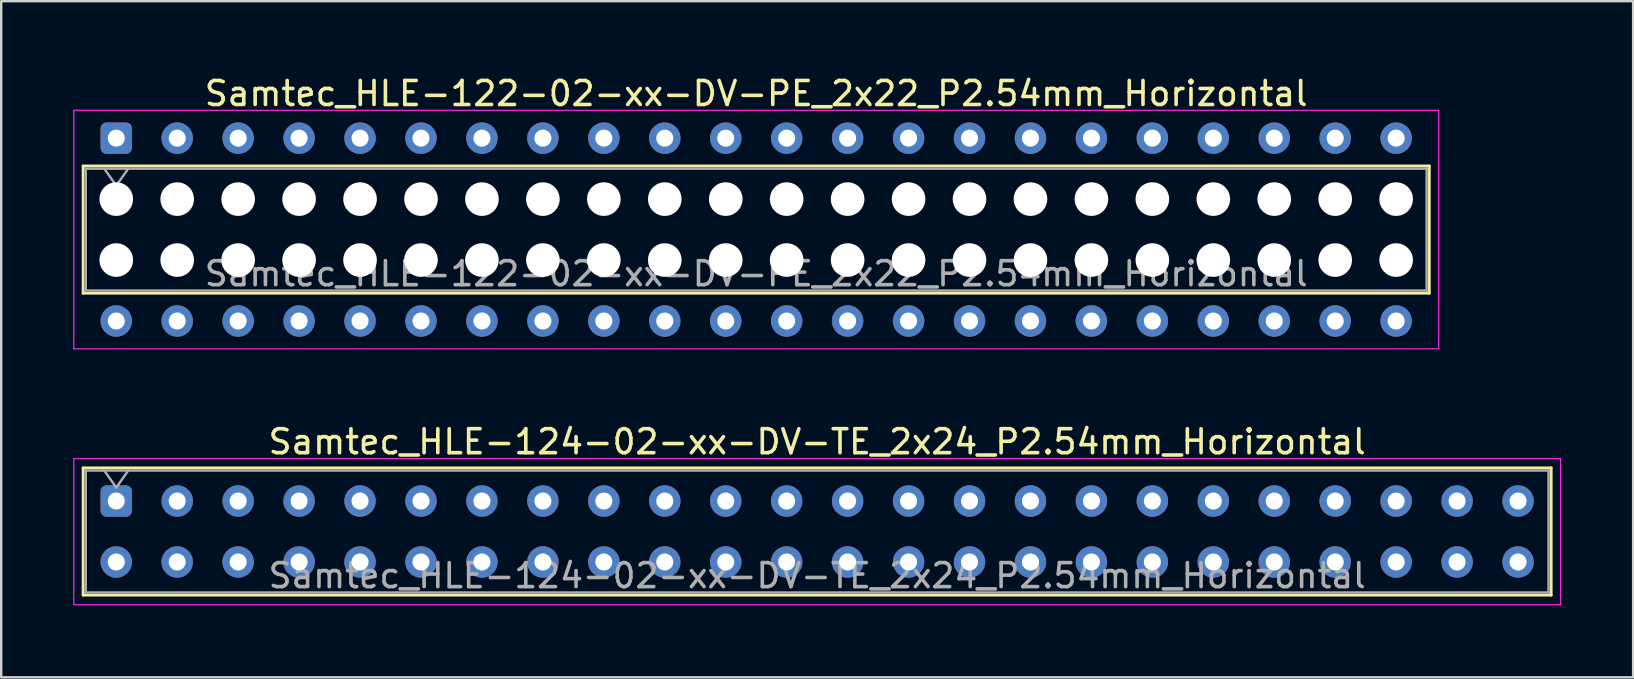
<source format=kicad_pcb>
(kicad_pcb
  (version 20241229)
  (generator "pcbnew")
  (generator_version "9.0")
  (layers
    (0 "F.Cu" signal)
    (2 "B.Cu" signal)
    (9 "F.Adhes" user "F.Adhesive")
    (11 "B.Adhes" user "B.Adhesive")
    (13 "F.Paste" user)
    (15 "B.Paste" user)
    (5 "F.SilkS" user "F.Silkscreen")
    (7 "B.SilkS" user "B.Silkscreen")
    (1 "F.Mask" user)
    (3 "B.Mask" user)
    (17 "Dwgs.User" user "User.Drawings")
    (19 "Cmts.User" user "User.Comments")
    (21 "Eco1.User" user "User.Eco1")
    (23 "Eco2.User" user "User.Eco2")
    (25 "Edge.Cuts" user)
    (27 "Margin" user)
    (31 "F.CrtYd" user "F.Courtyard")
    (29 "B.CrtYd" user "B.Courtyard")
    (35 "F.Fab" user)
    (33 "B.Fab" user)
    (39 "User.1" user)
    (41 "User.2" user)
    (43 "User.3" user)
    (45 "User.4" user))
  (footprint "Samtec_HLE-122-02-xx-DV-PE_2x22_P2.54mm_Horizontal"
    (layer "F.Cu")
    (at 1.795 2.708)
    (property "Reference" "Samtec_HLE-122-02-xx-DV-PE_2x22_P2.54mm_Horizontal" (at 26.67 -1.86 0) (layer "F.SilkS") (effects (font (size 1 1) (thickness 0.15))))
    (attr through_hole)
    (fp_line (start -1.38 1.16) (end 54.72 1.16) (stroke (width 0.12) (type solid)) (layer "F.SilkS"))
    (fp_line (start -1.38 6.46) (end -1.38 1.16) (stroke (width 0.12) (type solid)) (layer "F.SilkS"))
    (fp_line (start 54.72 1.16) (end 54.72 6.46) (stroke (width 0.12) (type solid)) (layer "F.SilkS"))
    (fp_line (start 54.72 6.46) (end -1.38 6.46) (stroke (width 0.12) (type solid)) (layer "F.SilkS"))
    (fp_line (start -1.77 -1.16) (end 55.11 -1.16) (stroke (width 0.05) (type solid)) (layer "F.CrtYd"))
    (fp_line (start -1.77 8.78) (end -1.77 -1.16) (stroke (width 0.05) (type solid)) (layer "F.CrtYd"))
    (fp_line (start 55.11 -1.16) (end 55.11 8.78) (stroke (width 0.05) (type solid)) (layer "F.CrtYd"))
    (fp_line (start 55.11 8.78) (end -1.77 8.78) (stroke (width 0.05) (type solid)) (layer "F.CrtYd"))
    (fp_line (start -1.27 1.27) (end 54.61 1.27) (stroke (width 0.1) (type solid)) (layer "F.Fab"))
    (fp_line (start -1.27 6.35) (end -1.27 1.27) (stroke (width 0.1) (type solid)) (layer "F.Fab"))
    (fp_line (start -0.5 1.27) (end 0 1.977) (stroke (width 0.1) (type solid)) (layer "F.Fab"))
    (fp_line (start 0 1.977) (end 0.5 1.27) (stroke (width 0.1) (type solid)) (layer "F.Fab"))
    (fp_line (start 54.61 1.27) (end 54.61 6.35) (stroke (width 0.1) (type solid)) (layer "F.Fab"))
    (fp_line (start 54.61 6.35) (end -1.27 6.35) (stroke (width 0.1) (type solid)) (layer "F.Fab"))
    (fp_text user "${REFERENCE}" (at 26.67 5.65 0) (layer "F.Fab") (effects (font (size 1 1) (thickness 0.15))))
    (pad "" np_thru_hole circle (at 0 2.54) (size 1.4 1.4) (drill 1.4) (layers "*.Cu" "*.Mask"))
    (pad "" np_thru_hole circle (at 0 5.08) (size 1.4 1.4) (drill 1.4) (layers "*.Cu" "*.Mask"))
    (pad "" np_thru_hole circle (at 2.54 2.54) (size 1.4 1.4) (drill 1.4) (layers "*.Cu" "*.Mask"))
    (pad "" np_thru_hole circle (at 2.54 5.08) (size 1.4 1.4) (drill 1.4) (layers "*.Cu" "*.Mask"))
    (pad "" np_thru_hole circle (at 5.08 2.54) (size 1.4 1.4) (drill 1.4) (layers "*.Cu" "*.Mask"))
    (pad "" np_thru_hole circle (at 5.08 5.08) (size 1.4 1.4) (drill 1.4) (layers "*.Cu" "*.Mask"))
    (pad "" np_thru_hole circle (at 7.62 2.54) (size 1.4 1.4) (drill 1.4) (layers "*.Cu" "*.Mask"))
    (pad "" np_thru_hole circle (at 7.62 5.08) (size 1.4 1.4) (drill 1.4) (layers "*.Cu" "*.Mask"))
    (pad "" np_thru_hole circle (at 10.16 2.54) (size 1.4 1.4) (drill 1.4) (layers "*.Cu" "*.Mask"))
    (pad "" np_thru_hole circle (at 10.16 5.08) (size 1.4 1.4) (drill 1.4) (layers "*.Cu" "*.Mask"))
    (pad "" np_thru_hole circle (at 12.7 2.54) (size 1.4 1.4) (drill 1.4) (layers "*.Cu" "*.Mask"))
    (pad "" np_thru_hole circle (at 12.7 5.08) (size 1.4 1.4) (drill 1.4) (layers "*.Cu" "*.Mask"))
    (pad "" np_thru_hole circle (at 15.24 2.54) (size 1.4 1.4) (drill 1.4) (layers "*.Cu" "*.Mask"))
    (pad "" np_thru_hole circle (at 15.24 5.08) (size 1.4 1.4) (drill 1.4) (layers "*.Cu" "*.Mask"))
    (pad "" np_thru_hole circle (at 17.78 2.54) (size 1.4 1.4) (drill 1.4) (layers "*.Cu" "*.Mask"))
    (pad "" np_thru_hole circle (at 17.78 5.08) (size 1.4 1.4) (drill 1.4) (layers "*.Cu" "*.Mask"))
    (pad "" np_thru_hole circle (at 20.32 2.54) (size 1.4 1.4) (drill 1.4) (layers "*.Cu" "*.Mask"))
    (pad "" np_thru_hole circle (at 20.32 5.08) (size 1.4 1.4) (drill 1.4) (layers "*.Cu" "*.Mask"))
    (pad "" np_thru_hole circle (at 22.86 2.54) (size 1.4 1.4) (drill 1.4) (layers "*.Cu" "*.Mask"))
    (pad "" np_thru_hole circle (at 22.86 5.08) (size 1.4 1.4) (drill 1.4) (layers "*.Cu" "*.Mask"))
    (pad "" np_thru_hole circle (at 25.4 2.54) (size 1.4 1.4) (drill 1.4) (layers "*.Cu" "*.Mask"))
    (pad "" np_thru_hole circle (at 25.4 5.08) (size 1.4 1.4) (drill 1.4) (layers "*.Cu" "*.Mask"))
    (pad "" np_thru_hole circle (at 27.94 2.54) (size 1.4 1.4) (drill 1.4) (layers "*.Cu" "*.Mask"))
    (pad "" np_thru_hole circle (at 27.94 5.08) (size 1.4 1.4) (drill 1.4) (layers "*.Cu" "*.Mask"))
    (pad "" np_thru_hole circle (at 30.48 2.54) (size 1.4 1.4) (drill 1.4) (layers "*.Cu" "*.Mask"))
    (pad "" np_thru_hole circle (at 30.48 5.08) (size 1.4 1.4) (drill 1.4) (layers "*.Cu" "*.Mask"))
    (pad "" np_thru_hole circle (at 33.02 2.54) (size 1.4 1.4) (drill 1.4) (layers "*.Cu" "*.Mask"))
    (pad "" np_thru_hole circle (at 33.02 5.08) (size 1.4 1.4) (drill 1.4) (layers "*.Cu" "*.Mask"))
    (pad "" np_thru_hole circle (at 35.56 2.54) (size 1.4 1.4) (drill 1.4) (layers "*.Cu" "*.Mask"))
    (pad "" np_thru_hole circle (at 35.56 5.08) (size 1.4 1.4) (drill 1.4) (layers "*.Cu" "*.Mask"))
    (pad "" np_thru_hole circle (at 38.1 2.54) (size 1.4 1.4) (drill 1.4) (layers "*.Cu" "*.Mask"))
    (pad "" np_thru_hole circle (at 38.1 5.08) (size 1.4 1.4) (drill 1.4) (layers "*.Cu" "*.Mask"))
    (pad "" np_thru_hole circle (at 40.64 2.54) (size 1.4 1.4) (drill 1.4) (layers "*.Cu" "*.Mask"))
    (pad "" np_thru_hole circle (at 40.64 5.08) (size 1.4 1.4) (drill 1.4) (layers "*.Cu" "*.Mask"))
    (pad "" np_thru_hole circle (at 43.18 2.54) (size 1.4 1.4) (drill 1.4) (layers "*.Cu" "*.Mask"))
    (pad "" np_thru_hole circle (at 43.18 5.08) (size 1.4 1.4) (drill 1.4) (layers "*.Cu" "*.Mask"))
    (pad "" np_thru_hole circle (at 45.72 2.54) (size 1.4 1.4) (drill 1.4) (layers "*.Cu" "*.Mask"))
    (pad "" np_thru_hole circle (at 45.72 5.08) (size 1.4 1.4) (drill 1.4) (layers "*.Cu" "*.Mask"))
    (pad "" np_thru_hole circle (at 48.26 2.54) (size 1.4 1.4) (drill 1.4) (layers "*.Cu" "*.Mask"))
    (pad "" np_thru_hole circle (at 48.26 5.08) (size 1.4 1.4) (drill 1.4) (layers "*.Cu" "*.Mask"))
    (pad "" np_thru_hole circle (at 50.8 2.54) (size 1.4 1.4) (drill 1.4) (layers "*.Cu" "*.Mask"))
    (pad "" np_thru_hole circle (at 50.8 5.08) (size 1.4 1.4) (drill 1.4) (layers "*.Cu" "*.Mask"))
    (pad "" np_thru_hole circle (at 53.34 2.54) (size 1.4 1.4) (drill 1.4) (layers "*.Cu" "*.Mask"))
    (pad "" np_thru_hole circle (at 53.34 5.08) (size 1.4 1.4) (drill 1.4) (layers "*.Cu" "*.Mask"))
    (pad "1" thru_hole roundrect (at 0 0) (size 1.31 1.31) (drill 0.71) (layers "*.Cu" "*.Mask") (roundrect_rratio 0.191))
    (pad "2" thru_hole circle (at 0 7.62) (size 1.31 1.31) (drill 0.71) (layers "*.Cu" "*.Mask"))
    (pad "3" thru_hole circle (at 2.54 0) (size 1.31 1.31) (drill 0.71) (layers "*.Cu" "*.Mask"))
    (pad "4" thru_hole circle (at 2.54 7.62) (size 1.31 1.31) (drill 0.71) (layers "*.Cu" "*.Mask"))
    (pad "5" thru_hole circle (at 5.08 0) (size 1.31 1.31) (drill 0.71) (layers "*.Cu" "*.Mask"))
    (pad "6" thru_hole circle (at 5.08 7.62) (size 1.31 1.31) (drill 0.71) (layers "*.Cu" "*.Mask"))
    (pad "7" thru_hole circle (at 7.62 0) (size 1.31 1.31) (drill 0.71) (layers "*.Cu" "*.Mask"))
    (pad "8" thru_hole circle (at 7.62 7.62) (size 1.31 1.31) (drill 0.71) (layers "*.Cu" "*.Mask"))
    (pad "9" thru_hole circle (at 10.16 0) (size 1.31 1.31) (drill 0.71) (layers "*.Cu" "*.Mask"))
    (pad "10" thru_hole circle (at 10.16 7.62) (size 1.31 1.31) (drill 0.71) (layers "*.Cu" "*.Mask"))
    (pad "11" thru_hole circle (at 12.7 0) (size 1.31 1.31) (drill 0.71) (layers "*.Cu" "*.Mask"))
    (pad "12" thru_hole circle (at 12.7 7.62) (size 1.31 1.31) (drill 0.71) (layers "*.Cu" "*.Mask"))
    (pad "13" thru_hole circle (at 15.24 0) (size 1.31 1.31) (drill 0.71) (layers "*.Cu" "*.Mask"))
    (pad "14" thru_hole circle (at 15.24 7.62) (size 1.31 1.31) (drill 0.71) (layers "*.Cu" "*.Mask"))
    (pad "15" thru_hole circle (at 17.78 0) (size 1.31 1.31) (drill 0.71) (layers "*.Cu" "*.Mask"))
    (pad "16" thru_hole circle (at 17.78 7.62) (size 1.31 1.31) (drill 0.71) (layers "*.Cu" "*.Mask"))
    (pad "17" thru_hole circle (at 20.32 0) (size 1.31 1.31) (drill 0.71) (layers "*.Cu" "*.Mask"))
    (pad "18" thru_hole circle (at 20.32 7.62) (size 1.31 1.31) (drill 0.71) (layers "*.Cu" "*.Mask"))
    (pad "19" thru_hole circle (at 22.86 0) (size 1.31 1.31) (drill 0.71) (layers "*.Cu" "*.Mask"))
    (pad "20" thru_hole circle (at 22.86 7.62) (size 1.31 1.31) (drill 0.71) (layers "*.Cu" "*.Mask"))
    (pad "21" thru_hole circle (at 25.4 0) (size 1.31 1.31) (drill 0.71) (layers "*.Cu" "*.Mask"))
    (pad "22" thru_hole circle (at 25.4 7.62) (size 1.31 1.31) (drill 0.71) (layers "*.Cu" "*.Mask"))
    (pad "23" thru_hole circle (at 27.94 0) (size 1.31 1.31) (drill 0.71) (layers "*.Cu" "*.Mask"))
    (pad "24" thru_hole circle (at 27.94 7.62) (size 1.31 1.31) (drill 0.71) (layers "*.Cu" "*.Mask"))
    (pad "25" thru_hole circle (at 30.48 0) (size 1.31 1.31) (drill 0.71) (layers "*.Cu" "*.Mask"))
    (pad "26" thru_hole circle (at 30.48 7.62) (size 1.31 1.31) (drill 0.71) (layers "*.Cu" "*.Mask"))
    (pad "27" thru_hole circle (at 33.02 0) (size 1.31 1.31) (drill 0.71) (layers "*.Cu" "*.Mask"))
    (pad "28" thru_hole circle (at 33.02 7.62) (size 1.31 1.31) (drill 0.71) (layers "*.Cu" "*.Mask"))
    (pad "29" thru_hole circle (at 35.56 0) (size 1.31 1.31) (drill 0.71) (layers "*.Cu" "*.Mask"))
    (pad "30" thru_hole circle (at 35.56 7.62) (size 1.31 1.31) (drill 0.71) (layers "*.Cu" "*.Mask"))
    (pad "31" thru_hole circle (at 38.1 0) (size 1.31 1.31) (drill 0.71) (layers "*.Cu" "*.Mask"))
    (pad "32" thru_hole circle (at 38.1 7.62) (size 1.31 1.31) (drill 0.71) (layers "*.Cu" "*.Mask"))
    (pad "33" thru_hole circle (at 40.64 0) (size 1.31 1.31) (drill 0.71) (layers "*.Cu" "*.Mask"))
    (pad "34" thru_hole circle (at 40.64 7.62) (size 1.31 1.31) (drill 0.71) (layers "*.Cu" "*.Mask"))
    (pad "35" thru_hole circle (at 43.18 0) (size 1.31 1.31) (drill 0.71) (layers "*.Cu" "*.Mask"))
    (pad "36" thru_hole circle (at 43.18 7.62) (size 1.31 1.31) (drill 0.71) (layers "*.Cu" "*.Mask"))
    (pad "37" thru_hole circle (at 45.72 0) (size 1.31 1.31) (drill 0.71) (layers "*.Cu" "*.Mask"))
    (pad "38" thru_hole circle (at 45.72 7.62) (size 1.31 1.31) (drill 0.71) (layers "*.Cu" "*.Mask"))
    (pad "39" thru_hole circle (at 48.26 0) (size 1.31 1.31) (drill 0.71) (layers "*.Cu" "*.Mask"))
    (pad "40" thru_hole circle (at 48.26 7.62) (size 1.31 1.31) (drill 0.71) (layers "*.Cu" "*.Mask"))
    (pad "41" thru_hole circle (at 50.8 0) (size 1.31 1.31) (drill 0.71) (layers "*.Cu" "*.Mask"))
    (pad "42" thru_hole circle (at 50.8 7.62) (size 1.31 1.31) (drill 0.71) (layers "*.Cu" "*.Mask"))
    (pad "43" thru_hole circle (at 53.34 0) (size 1.31 1.31) (drill 0.71) (layers "*.Cu" "*.Mask"))
    (pad "44" thru_hole circle (at 53.34 7.62) (size 1.31 1.31) (drill 0.71) (layers "*.Cu" "*.Mask")))
  (footprint "Samtec_HLE-124-02-xx-DV-TE_2x24_P2.54mm_Horizontal"
    (layer "F.Cu")
    (at 1.795 17.831)
    (property "Reference" "Samtec_HLE-124-02-xx-DV-TE_2x24_P2.54mm_Horizontal" (at 29.21 -2.47 0) (layer "F.SilkS") (effects (font (size 1 1) (thickness 0.15))))
    (attr through_hole)
    (fp_line (start -1.38 -1.38) (end 59.8 -1.38) (stroke (width 0.12) (type solid)) (layer "F.SilkS"))
    (fp_line (start -1.38 3.92) (end -1.38 -1.38) (stroke (width 0.12) (type solid)) (layer "F.SilkS"))
    (fp_line (start 59.8 -1.38) (end 59.8 3.92) (stroke (width 0.12) (type solid)) (layer "F.SilkS"))
    (fp_line (start 59.8 3.92) (end -1.38 3.92) (stroke (width 0.12) (type solid)) (layer "F.SilkS"))
    (fp_line (start -1.77 -1.77) (end 60.19 -1.77) (stroke (width 0.05) (type solid)) (layer "F.CrtYd"))
    (fp_line (start -1.77 4.32) (end -1.77 -1.77) (stroke (width 0.05) (type solid)) (layer "F.CrtYd"))
    (fp_line (start 60.19 -1.77) (end 60.19 4.32) (stroke (width 0.05) (type solid)) (layer "F.CrtYd"))
    (fp_line (start 60.19 4.32) (end -1.77 4.32) (stroke (width 0.05) (type solid)) (layer "F.CrtYd"))
    (fp_line (start -1.27 -1.27) (end 59.69 -1.27) (stroke (width 0.1) (type solid)) (layer "F.Fab"))
    (fp_line (start -1.27 3.81) (end -1.27 -1.27) (stroke (width 0.1) (type solid)) (layer "F.Fab"))
    (fp_line (start -0.5 -1.27) (end 0 -0.563) (stroke (width 0.1) (type solid)) (layer "F.Fab"))
    (fp_line (start 0 -0.563) (end 0.5 -1.27) (stroke (width 0.1) (type solid)) (layer "F.Fab"))
    (fp_line (start 59.69 -1.27) (end 59.69 3.81) (stroke (width 0.1) (type solid)) (layer "F.Fab"))
    (fp_line (start 59.69 3.81) (end -1.27 3.81) (stroke (width 0.1) (type solid)) (layer "F.Fab"))
    (fp_text user "${REFERENCE}" (at 29.21 3.11 0) (layer "F.Fab") (effects (font (size 1 1) (thickness 0.15))))
    (pad "1" thru_hole roundrect (at 0 0) (size 1.31 1.31) (drill 0.71) (layers "*.Cu" "*.Mask") (roundrect_rratio 0.191))
    (pad "2" thru_hole circle (at 0 2.54) (size 1.31 1.31) (drill 0.71) (layers "*.Cu" "*.Mask"))
    (pad "3" thru_hole circle (at 2.54 0) (size 1.31 1.31) (drill 0.71) (layers "*.Cu" "*.Mask"))
    (pad "4" thru_hole circle (at 2.54 2.54) (size 1.31 1.31) (drill 0.71) (layers "*.Cu" "*.Mask"))
    (pad "5" thru_hole circle (at 5.08 0) (size 1.31 1.31) (drill 0.71) (layers "*.Cu" "*.Mask"))
    (pad "6" thru_hole circle (at 5.08 2.54) (size 1.31 1.31) (drill 0.71) (layers "*.Cu" "*.Mask"))
    (pad "7" thru_hole circle (at 7.62 0) (size 1.31 1.31) (drill 0.71) (layers "*.Cu" "*.Mask"))
    (pad "8" thru_hole circle (at 7.62 2.54) (size 1.31 1.31) (drill 0.71) (layers "*.Cu" "*.Mask"))
    (pad "9" thru_hole circle (at 10.16 0) (size 1.31 1.31) (drill 0.71) (layers "*.Cu" "*.Mask"))
    (pad "10" thru_hole circle (at 10.16 2.54) (size 1.31 1.31) (drill 0.71) (layers "*.Cu" "*.Mask"))
    (pad "11" thru_hole circle (at 12.7 0) (size 1.31 1.31) (drill 0.71) (layers "*.Cu" "*.Mask"))
    (pad "12" thru_hole circle (at 12.7 2.54) (size 1.31 1.31) (drill 0.71) (layers "*.Cu" "*.Mask"))
    (pad "13" thru_hole circle (at 15.24 0) (size 1.31 1.31) (drill 0.71) (layers "*.Cu" "*.Mask"))
    (pad "14" thru_hole circle (at 15.24 2.54) (size 1.31 1.31) (drill 0.71) (layers "*.Cu" "*.Mask"))
    (pad "15" thru_hole circle (at 17.78 0) (size 1.31 1.31) (drill 0.71) (layers "*.Cu" "*.Mask"))
    (pad "16" thru_hole circle (at 17.78 2.54) (size 1.31 1.31) (drill 0.71) (layers "*.Cu" "*.Mask"))
    (pad "17" thru_hole circle (at 20.32 0) (size 1.31 1.31) (drill 0.71) (layers "*.Cu" "*.Mask"))
    (pad "18" thru_hole circle (at 20.32 2.54) (size 1.31 1.31) (drill 0.71) (layers "*.Cu" "*.Mask"))
    (pad "19" thru_hole circle (at 22.86 0) (size 1.31 1.31) (drill 0.71) (layers "*.Cu" "*.Mask"))
    (pad "20" thru_hole circle (at 22.86 2.54) (size 1.31 1.31) (drill 0.71) (layers "*.Cu" "*.Mask"))
    (pad "21" thru_hole circle (at 25.4 0) (size 1.31 1.31) (drill 0.71) (layers "*.Cu" "*.Mask"))
    (pad "22" thru_hole circle (at 25.4 2.54) (size 1.31 1.31) (drill 0.71) (layers "*.Cu" "*.Mask"))
    (pad "23" thru_hole circle (at 27.94 0) (size 1.31 1.31) (drill 0.71) (layers "*.Cu" "*.Mask"))
    (pad "24" thru_hole circle (at 27.94 2.54) (size 1.31 1.31) (drill 0.71) (layers "*.Cu" "*.Mask"))
    (pad "25" thru_hole circle (at 30.48 0) (size 1.31 1.31) (drill 0.71) (layers "*.Cu" "*.Mask"))
    (pad "26" thru_hole circle (at 30.48 2.54) (size 1.31 1.31) (drill 0.71) (layers "*.Cu" "*.Mask"))
    (pad "27" thru_hole circle (at 33.02 0) (size 1.31 1.31) (drill 0.71) (layers "*.Cu" "*.Mask"))
    (pad "28" thru_hole circle (at 33.02 2.54) (size 1.31 1.31) (drill 0.71) (layers "*.Cu" "*.Mask"))
    (pad "29" thru_hole circle (at 35.56 0) (size 1.31 1.31) (drill 0.71) (layers "*.Cu" "*.Mask"))
    (pad "30" thru_hole circle (at 35.56 2.54) (size 1.31 1.31) (drill 0.71) (layers "*.Cu" "*.Mask"))
    (pad "31" thru_hole circle (at 38.1 0) (size 1.31 1.31) (drill 0.71) (layers "*.Cu" "*.Mask"))
    (pad "32" thru_hole circle (at 38.1 2.54) (size 1.31 1.31) (drill 0.71) (layers "*.Cu" "*.Mask"))
    (pad "33" thru_hole circle (at 40.64 0) (size 1.31 1.31) (drill 0.71) (layers "*.Cu" "*.Mask"))
    (pad "34" thru_hole circle (at 40.64 2.54) (size 1.31 1.31) (drill 0.71) (layers "*.Cu" "*.Mask"))
    (pad "35" thru_hole circle (at 43.18 0) (size 1.31 1.31) (drill 0.71) (layers "*.Cu" "*.Mask"))
    (pad "36" thru_hole circle (at 43.18 2.54) (size 1.31 1.31) (drill 0.71) (layers "*.Cu" "*.Mask"))
    (pad "37" thru_hole circle (at 45.72 0) (size 1.31 1.31) (drill 0.71) (layers "*.Cu" "*.Mask"))
    (pad "38" thru_hole circle (at 45.72 2.54) (size 1.31 1.31) (drill 0.71) (layers "*.Cu" "*.Mask"))
    (pad "39" thru_hole circle (at 48.26 0) (size 1.31 1.31) (drill 0.71) (layers "*.Cu" "*.Mask"))
    (pad "40" thru_hole circle (at 48.26 2.54) (size 1.31 1.31) (drill 0.71) (layers "*.Cu" "*.Mask"))
    (pad "41" thru_hole circle (at 50.8 0) (size 1.31 1.31) (drill 0.71) (layers "*.Cu" "*.Mask"))
    (pad "42" thru_hole circle (at 50.8 2.54) (size 1.31 1.31) (drill 0.71) (layers "*.Cu" "*.Mask"))
    (pad "43" thru_hole circle (at 53.34 0) (size 1.31 1.31) (drill 0.71) (layers "*.Cu" "*.Mask"))
    (pad "44" thru_hole circle (at 53.34 2.54) (size 1.31 1.31) (drill 0.71) (layers "*.Cu" "*.Mask"))
    (pad "45" thru_hole circle (at 55.88 0) (size 1.31 1.31) (drill 0.71) (layers "*.Cu" "*.Mask"))
    (pad "46" thru_hole circle (at 55.88 2.54) (size 1.31 1.31) (drill 0.71) (layers "*.Cu" "*.Mask"))
    (pad "47" thru_hole circle (at 58.42 0) (size 1.31 1.31) (drill 0.71) (layers "*.Cu" "*.Mask"))
    (pad "48" thru_hole circle (at 58.42 2.54) (size 1.31 1.31) (drill 0.71) (layers "*.Cu" "*.Mask")))
  (gr_rect
    (start -3 -3)
    (end 65.01 25.177)
    (stroke (width 0.1) (type default))
    (fill no)
    (layer "Edge.Cuts")))
</source>
